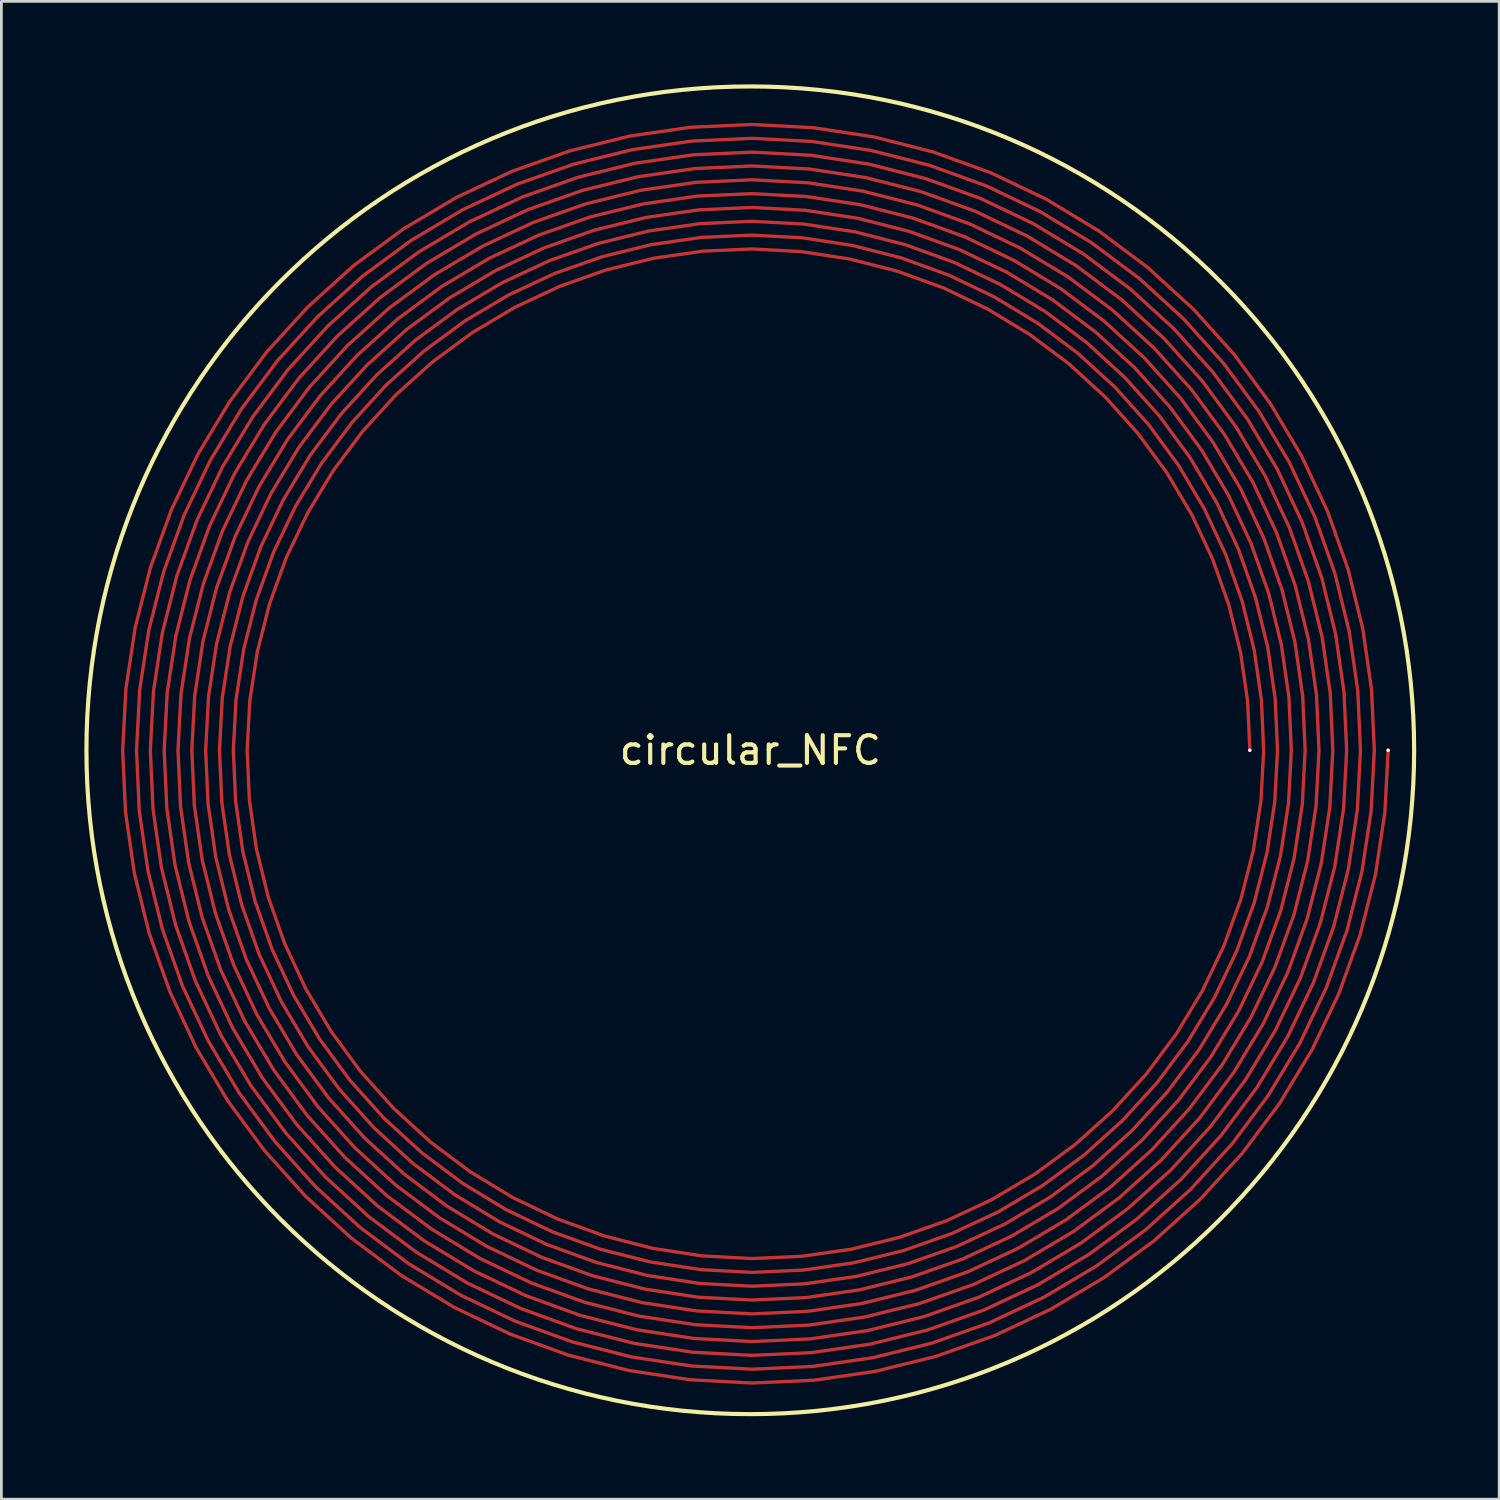
<source format=kicad_pcb>
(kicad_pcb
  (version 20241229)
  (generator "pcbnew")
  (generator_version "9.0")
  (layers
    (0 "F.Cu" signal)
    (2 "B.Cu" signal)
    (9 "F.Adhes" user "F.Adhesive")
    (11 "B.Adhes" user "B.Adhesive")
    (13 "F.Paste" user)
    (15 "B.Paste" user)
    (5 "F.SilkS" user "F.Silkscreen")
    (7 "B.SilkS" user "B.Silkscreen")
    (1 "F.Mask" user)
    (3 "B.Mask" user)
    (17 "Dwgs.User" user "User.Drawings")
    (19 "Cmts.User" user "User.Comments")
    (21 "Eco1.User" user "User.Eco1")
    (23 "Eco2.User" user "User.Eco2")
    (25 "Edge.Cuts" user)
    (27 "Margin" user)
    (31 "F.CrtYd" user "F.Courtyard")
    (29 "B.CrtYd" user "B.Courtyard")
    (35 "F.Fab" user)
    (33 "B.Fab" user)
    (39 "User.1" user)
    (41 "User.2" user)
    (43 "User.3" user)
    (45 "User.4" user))
  (footprint "circular_NFC"
    (layer "F.Cu")
    (at 24.075 1.075)
    (property "Reference" "circular_NFC" (at 0 23 0) (layer "F.SilkS") (effects (font (size 1 1) (thickness 0.15))))
    (attr through_hole)
    (fp_circle (center 0 23) (end 0 47) (stroke (width 0.15) (type solid)) (fill no) (layer "F.SilkS"))
    (pad "1" thru_hole circle (at 18.06 23) (size 0.12 0.12) (drill 0.2) (layers "*.Cu" "*.Mask"))
    (pad "1" smd custom (at 18.06 23) (size 0.12 0.12) (layers "F.Cu") (options (anchor circle)) (primitives (gr_line (start 5 0) (end 4.881 2.254) (width 0.12)) (gr_line (start 4.881 2.254) (end 4.543 4.484) (width 0.12)) (gr_line (start 4.543 4.484) (end 3.987 6.67) (width 0.12)) (gr_line (start 3.987 6.67) (end 3.22 8.79) (width 0.12)) (gr_line (start 3.22 8.79) (end 2.25 10.824) (width 0.12)) (gr_line (start 2.25 10.824) (end 1.085 12.752) (width 0.12)) (gr_line (start 1.085 12.752) (end -0.263 14.556) (width 0.12)) (gr_line (start -0.263 14.556) (end -1.781 16.219) (width 0.12)) (gr_line (start -1.781 16.219) (end -3.454 17.725) (width 0.12)) (gr_line (start -3.454 17.725) (end -5.265 19.059) (width 0.12)) (gr_line (start -5.265 19.059) (end -7.198 20.208) (width 0.12)) (gr_line (start -7.198 20.208) (end -9.234 21.163) (width 0.12)) (gr_line (start -9.234 21.163) (end -11.353 21.912) (width 0.12)) (gr_line (start -11.353 21.912) (end -13.534 22.451) (width 0.12)) (gr_line (start -13.534 22.451) (end -15.757 22.773) (width 0.12)) (gr_line (start -15.757 22.773) (end -18 22.875) (width 0.12)) (gr_line (start -18 22.875) (end -20.241 22.757) (width 0.12)) (gr_line (start -20.241 22.757) (end -22.46 22.42) (width 0.12)) (gr_line (start -22.46 22.42) (end -24.633 21.868) (width 0.12)) (gr_line (start -24.633 21.868) (end -26.742 21.105) (width 0.12)) (gr_line (start -26.742 21.105) (end -28.765 20.139) (width 0.12)) (gr_line (start -28.765 20.139) (end -30.683 18.981) (width 0.12)) (gr_line (start -30.683 18.981) (end -32.477 17.64) (width 0.12)) (gr_line (start -32.477 17.64) (end -34.131 16.131) (width 0.12)) (gr_line (start -34.131 16.131) (end -35.628 14.467) (width 0.12)) (gr_line (start -35.628 14.467) (end -36.955 12.665) (width 0.12)) (gr_line (start -36.955 12.665) (end -38.098 10.743) (width 0.12)) (gr_line (start -38.098 10.743) (end -39.047 8.718) (width 0.12)) (gr_line (start -39.047 8.718) (end -39.793 6.611) (width 0.12)) (gr_line (start -39.793 6.611) (end -40.328 4.441) (width 0.12)) (gr_line (start -40.328 4.441) (end -40.648 2.231) (width 0.12)) (gr_line (start -40.648 2.231) (end -40.75 0) (width 0.12)) (gr_line (start -40.75 0) (end -40.633 -2.229) (width 0.12)) (gr_line (start -40.633 -2.229) (end -40.298 -4.435) (width 0.12)) (gr_line (start -40.298 -4.435) (end -39.748 -6.597) (width 0.12)) (gr_line (start -39.748 -6.597) (end -38.989 -8.694) (width 0.12)) (gr_line (start -38.989 -8.694) (end -38.029 -10.706) (width 0.12)) (gr_line (start -38.029 -10.706) (end -36.877 -12.613) (width 0.12)) (gr_line (start -36.877 -12.613) (end -35.544 -14.398) (width 0.12)) (gr_line (start -35.544 -14.398) (end -34.042 -16.042) (width 0.12)) (gr_line (start -34.042 -16.042) (end -32.388 -17.532) (width 0.12)) (gr_line (start -32.388 -17.532) (end -30.596 -18.851) (width 0.12)) (gr_line (start -30.596 -18.851) (end -28.684 -19.988) (width 0.12)) (gr_line (start -28.684 -19.988) (end -26.67 -20.932) (width 0.12)) (gr_line (start -26.67 -20.932) (end -24.574 -21.673) (width 0.12)) (gr_line (start -24.574 -21.673) (end -22.417 -22.206) (width 0.12)) (gr_line (start -22.417 -22.206) (end -20.218 -22.524) (width 0.12)) (gr_line (start -20.218 -22.524) (end -18 -22.625) (width 0.12)) (gr_line (start -18 -22.625) (end -15.783 -22.508) (width 0.12)) (gr_line (start -15.783 -22.508) (end -13.589 -22.175) (width 0.12)) (gr_line (start -13.589 -22.175) (end -11.439 -21.628) (width 0.12)) (gr_line (start -11.439 -21.628) (end -9.354 -20.874) (width 0.12)) (gr_line (start -9.354 -20.874) (end -7.353 -19.919) (width 0.12)) (gr_line (start -7.353 -19.919) (end -5.456 -18.773) (width 0.12)) (gr_line (start -5.456 -18.773) (end -3.682 -17.447) (width 0.12)) (gr_line (start -3.682 -17.447) (end -2.046 -15.954) (width 0.12)) (gr_line (start -2.046 -15.954) (end -0.565 -14.309) (width 0.12)) (gr_line (start -0.565 -14.309) (end 0.747 -12.526) (width 0.12)) (gr_line (start 0.747 -12.526) (end 1.878 -10.625) (width 0.12)) (gr_line (start 1.878 -10.625) (end 2.816 -8.622) (width 0.12)) (gr_line (start 2.816 -8.622) (end 3.554 -6.538) (width 0.12)) (gr_line (start 3.554 -6.538) (end 4.083 -4.393) (width 0.12)) (gr_line (start 4.083 -4.393) (end 4.399 -2.206) (width 0.12)) (gr_line (start 4.399 -2.206) (end 4.5 0) (width 0.12)) (gr_line (start 4.5 0) (end 4.384 2.205) (width 0.12)) (gr_line (start 4.384 2.205) (end 4.052 4.386) (width 0.12)) (gr_line (start 4.052 4.386) (end 3.509 6.525) (width 0.12)) (gr_line (start 3.509 6.525) (end 2.758 8.598) (width 0.12)) (gr_line (start 2.758 8.598) (end 1.809 10.588) (width 0.12)) (gr_line (start 1.809 10.588) (end 0.669 12.474) (width 0.12)) (gr_line (start 0.669 12.474) (end -0.65 14.239) (width 0.12)) (gr_line (start -0.65 14.239) (end -2.134 15.866) (width 0.12)) (gr_line (start -2.134 15.866) (end -3.771 17.338) (width 0.12)) (gr_line (start -3.771 17.338) (end -5.543 18.643) (width 0.12)) (gr_line (start -5.543 18.643) (end -7.434 19.767) (width 0.12)) (gr_line (start -7.434 19.767) (end -9.425 20.701) (width 0.12)) (gr_line (start -9.425 20.701) (end -11.498 21.434) (width 0.12)) (gr_line (start -11.498 21.434) (end -13.632 21.96) (width 0.12)) (gr_line (start -13.632 21.96) (end -15.806 22.275) (width 0.12)) (gr_line (start -15.806 22.275) (end -18 22.375) (width 0.12)) (gr_line (start -18 22.375) (end -20.192 22.259) (width 0.12)) (gr_line (start -20.192 22.259) (end -22.362 21.93) (width 0.12)) (gr_line (start -22.362 21.93) (end -24.488 21.389) (width 0.12)) (gr_line (start -24.488 21.389) (end -26.551 20.643) (width 0.12)) (gr_line (start -26.551 20.643) (end -28.529 19.699) (width 0.12)) (gr_line (start -28.529 19.699) (end -30.405 18.565) (width 0.12)) (gr_line (start -30.405 18.565) (end -32.16 17.254) (width 0.12)) (gr_line (start -32.16 17.254) (end -33.777 15.777) (width 0.12)) (gr_line (start -33.777 15.777) (end -35.242 14.15) (width 0.12)) (gr_line (start -35.242 14.15) (end -36.539 12.387) (width 0.12)) (gr_line (start -36.539 12.387) (end -37.657 10.507) (width 0.12)) (gr_line (start -37.657 10.507) (end -38.585 8.527) (width 0.12)) (gr_line (start -38.585 8.527) (end -39.314 6.466) (width 0.12)) (gr_line (start -39.314 6.466) (end -39.838 4.344) (width 0.12)) (gr_line (start -39.838 4.344) (end -40.151 2.182) (width 0.12)) (gr_line (start -40.151 2.182) (end -40.25 0) (width 0.12)) (gr_line (start -40.25 0) (end -40.135 -2.18) (width 0.12)) (gr_line (start -40.135 -2.18) (end -39.807 -4.338) (width 0.12)) (gr_line (start -39.807 -4.338) (end -39.269 -6.452) (width 0.12)) (gr_line (start -39.269 -6.452) (end -38.527 -8.503) (width 0.12)) (gr_line (start -38.527 -8.503) (end -37.588 -10.47) (width 0.12)) (gr_line (start -37.588 -10.47) (end -36.461 -12.335) (width 0.12)) (gr_line (start -36.461 -12.335) (end -35.157 -14.081) (width 0.12)) (gr_line (start -35.157 -14.081) (end -33.689 -15.689) (width 0.12)) (gr_line (start -33.689 -15.689) (end -32.071 -17.145) (width 0.12)) (gr_line (start -32.071 -17.145) (end -30.318 -18.435) (width 0.12)) (gr_line (start -30.318 -18.435) (end -28.448 -19.547) (width 0.12)) (gr_line (start -28.448 -19.547) (end -26.479 -20.47) (width 0.12)) (gr_line (start -26.479 -20.47) (end -24.429 -21.195) (width 0.12)) (gr_line (start -24.429 -21.195) (end -22.319 -21.715) (width 0.12)) (gr_line (start -22.319 -21.715) (end -20.169 -22.026) (width 0.12)) (gr_line (start -20.169 -22.026) (end -18 -22.125) (width 0.12)) (gr_line (start -18 -22.125) (end -15.832 -22.011) (width 0.12)) (gr_line (start -15.832 -22.011) (end -13.687 -21.685) (width 0.12)) (gr_line (start -13.687 -21.685) (end -11.584 -21.15) (width 0.12)) (gr_line (start -11.584 -21.15) (end -9.545 -20.412) (width 0.12)) (gr_line (start -9.545 -20.412) (end -7.589 -19.478) (width 0.12)) (gr_line (start -7.589 -19.478) (end -5.734 -18.357) (width 0.12)) (gr_line (start -5.734 -18.357) (end -3.999 -17.061) (width 0.12)) (gr_line (start -3.999 -17.061) (end -2.399 -15.601) (width 0.12)) (gr_line (start -2.399 -15.601) (end -0.951 -13.991) (width 0.12)) (gr_line (start -0.951 -13.991) (end 0.331 -12.249) (width 0.12)) (gr_line (start 0.331 -12.249) (end 1.437 -10.389) (width 0.12)) (gr_line (start 1.437 -10.389) (end 2.354 -8.431) (width 0.12)) (gr_line (start 2.354 -8.431) (end 3.075 -6.393) (width 0.12)) (gr_line (start 3.075 -6.393) (end 3.593 -4.295) (width 0.12)) (gr_line (start 3.593 -4.295) (end 3.902 -2.157) (width 0.12)) (gr_line (start 3.902 -2.157) (end 4 0) (width 0.12)) (gr_line (start 4 0) (end 3.886 2.156) (width 0.12)) (gr_line (start 3.886 2.156) (end 3.562 4.289) (width 0.12)) (gr_line (start 3.562 4.289) (end 3.03 6.379) (width 0.12)) (gr_line (start 3.03 6.379) (end 2.296 8.407) (width 0.12)) (gr_line (start 2.296 8.407) (end 1.368 10.352) (width 0.12)) (gr_line (start 1.368 10.352) (end 0.253 12.197) (width 0.12)) (gr_line (start 0.253 12.197) (end -1.036 13.922) (width 0.12)) (gr_line (start -1.036 13.922) (end -2.488 15.512) (width 0.12)) (gr_line (start -2.488 15.512) (end -4.088 16.952) (width 0.12)) (gr_line (start -4.088 16.952) (end -5.821 18.227) (width 0.12)) (gr_line (start -5.821 18.227) (end -7.67 19.326) (width 0.12)) (gr_line (start -7.67 19.326) (end -9.617 20.239) (width 0.12)) (gr_line (start -9.617 20.239) (end -11.643 20.955) (width 0.12)) (gr_line (start -11.643 20.955) (end -13.729 21.47) (width 0.12)) (gr_line (start -13.729 21.47) (end -15.855 21.777) (width 0.12)) (gr_line (start -15.855 21.777) (end -18 21.875) (width 0.12)) (gr_line (start -18 21.875) (end -20.143 21.762) (width 0.12)) (gr_line (start -20.143 21.762) (end -22.265 21.439) (width 0.12)) (gr_line (start -22.265 21.439) (end -24.343 20.911) (width 0.12)) (gr_line (start -24.343 20.911) (end -26.359 20.181) (width 0.12)) (gr_line (start -26.359 20.181) (end -28.293 19.258) (width 0.12)) (gr_line (start -28.293 19.258) (end -30.127 18.149) (width 0.12)) (gr_line (start -30.127 18.149) (end -31.843 16.867) (width 0.12)) (gr_line (start -31.843 16.867) (end -33.424 15.424) (width 0.12)) (gr_line (start -33.424 15.424) (end -34.855 13.833) (width 0.12)) (gr_line (start -34.855 13.833) (end -36.123 12.11) (width 0.12)) (gr_line (start -36.123 12.11) (end -37.216 10.271) (width 0.12)) (gr_line (start -37.216 10.271) (end -38.123 8.335) (width 0.12)) (gr_line (start -38.123 8.335) (end -38.836 6.32) (width 0.12)) (gr_line (start -38.836 6.32) (end -39.347 4.246) (width 0.12)) (gr_line (start -39.347 4.246) (end -39.653 2.133) (width 0.12)) (gr_line (start -39.653 2.133) (end -39.75 0) (width 0.12)) (gr_line (start -39.75 0) (end -39.637 -2.131) (width 0.12)) (gr_line (start -39.637 -2.131) (end -39.317 -4.24) (width 0.12)) (gr_line (start -39.317 -4.24) (end -38.791 -6.307) (width 0.12)) (gr_line (start -38.791 -6.307) (end -38.066 -8.311) (width 0.12)) (gr_line (start -38.066 -8.311) (end -37.147 -10.234) (width 0.12)) (gr_line (start -37.147 -10.234) (end -36.045 -12.058) (width 0.12)) (gr_line (start -36.045 -12.058) (end -34.771 -13.763) (width 0.12)) (gr_line (start -34.771 -13.763) (end -33.335 -15.335) (width 0.12)) (gr_line (start -33.335 -15.335) (end -31.753 -16.759) (width 0.12)) (gr_line (start -31.753 -16.759) (end -30.04 -18.02) (width 0.12)) (gr_line (start -30.04 -18.02) (end -28.212 -19.106) (width 0.12)) (gr_line (start -28.212 -19.106) (end -26.287 -20.008) (width 0.12)) (gr_line (start -26.287 -20.008) (end -24.284 -20.716) (width 0.12)) (gr_line (start -24.284 -20.716) (end -22.222 -21.225) (width 0.12)) (gr_line (start -22.222 -21.225) (end -20.12 -21.529) (width 0.12)) (gr_line (start -20.12 -21.529) (end -18 -21.625) (width 0.12)) (gr_line (start -18 -21.625) (end -15.881 -21.513) (width 0.12)) (gr_line (start -15.881 -21.513) (end -13.784 -21.194) (width 0.12)) (gr_line (start -13.784 -21.194) (end -11.729 -20.671) (width 0.12)) (gr_line (start -11.729 -20.671) (end -9.736 -19.95) (width 0.12)) (gr_line (start -9.736 -19.95) (end -7.824 -19.037) (width 0.12)) (gr_line (start -7.824 -19.037) (end -6.012 -17.942) (width 0.12)) (gr_line (start -6.012 -17.942) (end -4.316 -16.674) (width 0.12)) (gr_line (start -4.316 -16.674) (end -2.753 -15.247) (width 0.12)) (gr_line (start -2.753 -15.247) (end -1.338 -13.674) (width 0.12)) (gr_line (start -1.338 -13.674) (end -0.084 -11.971) (width 0.12)) (gr_line (start -0.084 -11.971) (end 0.996 -10.153) (width 0.12)) (gr_line (start 0.996 -10.153) (end 1.892 -8.24) (width 0.12)) (gr_line (start 1.892 -8.24) (end 2.597 -6.248) (width 0.12)) (gr_line (start 2.597 -6.248) (end 3.102 -4.197) (width 0.12)) (gr_line (start 3.102 -4.197) (end 3.404 -2.108) (width 0.12)) (gr_line (start 3.404 -2.108) (end 3.5 0) (width 0.12)) (gr_line (start 3.5 0) (end 3.389 2.107) (width 0.12)) (gr_line (start 3.389 2.107) (end 3.072 4.191) (width 0.12)) (gr_line (start 3.072 4.191) (end 2.552 6.234) (width 0.12)) (gr_line (start 2.552 6.234) (end 1.835 8.216) (width 0.12)) (gr_line (start 1.835 8.216) (end 0.927 10.117) (width 0.12)) (gr_line (start 0.927 10.117) (end -0.162 11.919) (width 0.12)) (gr_line (start -0.162 11.919) (end -1.423 13.605) (width 0.12)) (gr_line (start -1.423 13.605) (end -2.841 15.159) (width 0.12)) (gr_line (start -2.841 15.159) (end -4.405 16.565) (width 0.12)) (gr_line (start -4.405 16.565) (end -6.099 17.812) (width 0.12)) (gr_line (start -6.099 17.812) (end -7.905 18.886) (width 0.12)) (gr_line (start -7.905 18.886) (end -9.808 19.777) (width 0.12)) (gr_line (start -9.808 19.777) (end -11.788 20.477) (width 0.12)) (gr_line (start -11.788 20.477) (end -13.827 20.98) (width 0.12)) (gr_line (start -13.827 20.98) (end -15.904 21.28) (width 0.12)) (gr_line (start -15.904 21.28) (end -18 21.375) (width 0.12)) (gr_line (start -18 21.375) (end -20.094 21.264) (width 0.12)) (gr_line (start -20.094 21.264) (end -22.167 20.949) (width 0.12)) (gr_line (start -22.167 20.949) (end -24.198 20.432) (width 0.12)) (gr_line (start -24.198 20.432) (end -26.168 19.719) (width 0.12)) (gr_line (start -26.168 19.719) (end -28.058 18.817) (width 0.12)) (gr_line (start -28.058 18.817) (end -29.849 17.734) (width 0.12)) (gr_line (start -29.849 17.734) (end -31.525 16.481) (width 0.12)) (gr_line (start -31.525 16.481) (end -33.07 15.07) (width 0.12)) (gr_line (start -33.07 15.07) (end -34.469 13.516) (width 0.12)) (gr_line (start -34.469 13.516) (end -35.708 11.832) (width 0.12)) (gr_line (start -35.708 11.832) (end -36.775 10.036) (width 0.12)) (gr_line (start -36.775 10.036) (end -37.661 8.144) (width 0.12)) (gr_line (start -37.661 8.144) (end -38.357 6.175) (width 0.12)) (gr_line (start -38.357 6.175) (end -38.857 4.149) (width 0.12)) (gr_line (start -38.857 4.149) (end -39.155 2.084) (width 0.12)) (gr_line (start -39.155 2.084) (end -39.25 0) (width 0.12)) (gr_line (start -39.25 0) (end -39.14 -2.082) (width 0.12)) (gr_line (start -39.14 -2.082) (end -38.826 -4.143) (width 0.12)) (gr_line (start -38.826 -4.143) (end -38.313 -6.162) (width 0.12)) (gr_line (start -38.313 -6.162) (end -37.604 -8.12) (width 0.12)) (gr_line (start -37.604 -8.12) (end -36.706 -9.999) (width 0.12)) (gr_line (start -36.706 -9.999) (end -35.63 -11.78) (width 0.12)) (gr_line (start -35.63 -11.78) (end -34.384 -13.446) (width 0.12)) (gr_line (start -34.384 -13.446) (end -32.982 -14.982) (width 0.12)) (gr_line (start -32.982 -14.982) (end -31.436 -16.372) (width 0.12)) (gr_line (start -31.436 -16.372) (end -29.762 -17.604) (width 0.12)) (gr_line (start -29.762 -17.604) (end -27.977 -18.665) (width 0.12)) (gr_line (start -27.977 -18.665) (end -26.096 -19.546) (width 0.12)) (gr_line (start -26.096 -19.546) (end -24.139 -20.238) (width 0.12)) (gr_line (start -24.139 -20.238) (end -22.124 -20.734) (width 0.12)) (gr_line (start -22.124 -20.734) (end -20.071 -21.031) (width 0.12)) (gr_line (start -20.071 -21.031) (end -18 -21.125) (width 0.12)) (gr_line (start -18 -21.125) (end -15.93 -21.016) (width 0.12)) (gr_line (start -15.93 -21.016) (end -13.882 -20.704) (width 0.12)) (gr_line (start -13.882 -20.704) (end -11.875 -20.193) (width 0.12)) (gr_line (start -11.875 -20.193) (end -9.928 -19.488) (width 0.12)) (gr_line (start -9.928 -19.488) (end -8.06 -18.596) (width 0.12)) (gr_line (start -8.06 -18.596) (end -6.29 -17.526) (width 0.12)) (gr_line (start -6.29 -17.526) (end -4.633 -16.288) (width 0.12)) (gr_line (start -4.633 -16.288) (end -3.107 -14.893) (width 0.12)) (gr_line (start -3.107 -14.893) (end -1.725 -13.357) (width 0.12)) (gr_line (start -1.725 -13.357) (end -0.5 -11.693) (width 0.12)) (gr_line (start -0.5 -11.693) (end 0.555 -9.918) (width 0.12)) (gr_line (start 0.555 -9.918) (end 1.43 -8.048) (width 0.12)) (gr_line (start 1.43 -8.048) (end 2.118 -6.103) (width 0.12)) (gr_line (start 2.118 -6.103) (end 2.612 -4.1) (width 0.12)) (gr_line (start 2.612 -4.1) (end 2.907 -2.059) (width 0.12)) (gr_line (start 2.907 -2.059) (end 3 0) (width 0.12)) (gr_line (start 3 0) (end 2.891 2.058) (width 0.12)) (gr_line (start 2.891 2.058) (end 2.581 4.094) (width 0.12)) (gr_line (start 2.581 4.094) (end 2.073 6.089) (width 0.12)) (gr_line (start 2.073 6.089) (end 1.373 8.024) (width 0.12)) (gr_line (start 1.373 8.024) (end 0.486 9.881) (width 0.12)) (gr_line (start 0.486 9.881) (end -0.578 11.641) (width 0.12)) (gr_line (start -0.578 11.641) (end -1.809 13.288) (width 0.12)) (gr_line (start -1.809 13.288) (end -3.195 14.805) (width 0.12)) (gr_line (start -3.195 14.805) (end -4.722 16.179) (width 0.12)) (gr_line (start -4.722 16.179) (end -6.376 17.396) (width 0.12)) (gr_line (start -6.376 17.396) (end -8.141 18.445) (width 0.12)) (gr_line (start -8.141 18.445) (end -10 19.315) (width 0.12)) (gr_line (start -10 19.315) (end -11.934 19.999) (width 0.12)) (gr_line (start -11.934 19.999) (end -13.924 20.489) (width 0.12)) (gr_line (start -13.924 20.489) (end -15.953 20.782) (width 0.12)) (gr_line (start -15.953 20.782) (end -18 20.875) (width 0.12)) (gr_line (start -18 20.875) (end -20.045 20.767) (width 0.12)) (gr_line (start -20.045 20.767) (end -22.069 20.459) (width 0.12)) (gr_line (start -22.069 20.459) (end -24.053 19.954) (width 0.12)) (gr_line (start -24.053 19.954) (end -25.977 19.257) (width 0.12)) (gr_line (start -25.977 19.257) (end -27.822 18.376) (width 0.12)) (gr_line (start -27.822 18.376) (end -29.571 17.318) (width 0.12)) (gr_line (start -29.571 17.318) (end -31.208 16.094) (width 0.12)) (gr_line (start -31.208 16.094) (end -32.717 14.717) (width 0.12)) (gr_line (start -32.717 14.717) (end -34.082 13.198) (width 0.12)) (gr_line (start -34.082 13.198) (end -35.292 11.554) (width 0.12)) (gr_line (start -35.292 11.554) (end -36.334 9.8) (width 0.12)) (gr_line (start -36.334 9.8) (end -37.199 7.953) (width 0.12)) (gr_line (start -37.199 7.953) (end -37.879 6.03) (width 0.12)) (gr_line (start -37.879 6.03) (end -38.367 4.051) (width 0.12)) (gr_line (start -38.367 4.051) (end -38.658 2.035) (width 0.12)) (gr_line (start -38.658 2.035) (end -38.75 0) (width 0.12)) (gr_line (start -38.75 0) (end -38.642 -2.033) (width 0.12)) (gr_line (start -38.642 -2.033) (end -38.336 -4.045) (width 0.12)) (gr_line (start -38.336 -4.045) (end -37.834 -6.017) (width 0.12)) (gr_line (start -37.834 -6.017) (end -37.142 -7.929) (width 0.12)) (gr_line (start -37.142 -7.929) (end -36.265 -9.763) (width 0.12)) (gr_line (start -36.265 -9.763) (end -35.214 -11.502) (width 0.12)) (gr_line (start -35.214 -11.502) (end -33.998 -13.129) (width 0.12)) (gr_line (start -33.998 -13.129) (end -32.628 -14.628) (width 0.12)) (gr_line (start -32.628 -14.628) (end -31.119 -15.986) (width 0.12)) (gr_line (start -31.119 -15.986) (end -29.485 -17.188) (width 0.12)) (gr_line (start -29.485 -17.188) (end -27.741 -18.224) (width 0.12)) (gr_line (start -27.741 -18.224) (end -25.905 -19.084) (width 0.12)) (gr_line (start -25.905 -19.084) (end -23.994 -19.759) (width 0.12)) (gr_line (start -23.994 -19.759) (end -22.027 -20.244) (width 0.12)) (gr_line (start -22.027 -20.244) (end -20.022 -20.533) (width 0.12)) (gr_line (start -20.022 -20.533) (end -18 -20.625) (width 0.12)) (gr_line (start -18 -20.625) (end -15.979 -20.518) (width 0.12)) (gr_line (start -15.979 -20.518) (end -13.979 -20.213) (width 0.12)) (gr_line (start -13.979 -20.213) (end -12.02 -19.714) (width 0.12)) (gr_line (start -12.02 -19.714) (end -10.119 -19.026) (width 0.12)) (gr_line (start -10.119 -19.026) (end -8.296 -18.155) (width 0.12)) (gr_line (start -8.296 -18.155) (end -6.567 -17.11) (width 0.12)) (gr_line (start -6.567 -17.11) (end -4.95 -15.901) (width 0.12)) (gr_line (start -4.95 -15.901) (end -3.46 -14.54) (width 0.12)) (gr_line (start -3.46 -14.54) (end -2.111 -13.04) (width 0.12)) (gr_line (start -2.111 -13.04) (end -0.916 -11.415) (width 0.12)) (gr_line (start -0.916 -11.415) (end 0.114 -9.682) (width 0.12)) (gr_line (start 0.114 -9.682) (end 0.968 -7.857) (width 0.12)) (gr_line (start 0.968 -7.857) (end 1.64 -5.958) (width 0.12)) (gr_line (start 1.64 -5.958) (end 2.121 -4.002) (width 0.12)) (gr_line (start 2.121 -4.002) (end 2.409 -2.01) (width 0.12)) (gr_line (start 2.409 -2.01) (end 2.5 0) (width 0.12)) (gr_line (start 2.5 0) (end 2.394 2.009) (width 0.12)) (gr_line (start 2.394 2.009) (end 2.091 3.996) (width 0.12)) (gr_line (start 2.091 3.996) (end 1.595 5.944) (width 0.12)) (gr_line (start 1.595 5.944) (end 0.911 7.833) (width 0.12)) (gr_line (start 0.911 7.833) (end 0.045 9.645) (width 0.12)) (gr_line (start 0.045 9.645) (end -0.994 11.363) (width 0.12)) (gr_line (start -0.994 11.363) (end -2.196 12.97) (width 0.12)) (gr_line (start -2.196 12.97) (end -3.549 14.451) (width 0.12)) (gr_line (start -3.549 14.451) (end -5.04 15.792) (width 0.12)) (gr_line (start -5.04 15.792) (end -6.654 16.98) (width 0.12)) (gr_line (start -6.654 16.98) (end -8.377 18.004) (width 0.12)) (gr_line (start -8.377 18.004) (end -10.191 18.853) (width 0.12)) (gr_line (start -10.191 18.853) (end -12.079 19.52) (width 0.12)) (gr_line (start -12.079 19.52) (end -14.022 19.999) (width 0.12)) (gr_line (start -14.022 19.999) (end -16.002 20.285) (width 0.12)) (gr_line (start -16.002 20.285) (end -18 20.375) (width 0.12)) (gr_line (start -18 20.375) (end -19.996 20.269) (width 0.12)) (gr_line (start -19.996 20.269) (end -21.972 19.968) (width 0.12)) (gr_line (start -21.972 19.968) (end -23.908 19.475) (width 0.12)) (gr_line (start -23.908 19.475) (end -25.785 18.795) (width 0.12)) (gr_line (start -25.785 18.795) (end -27.586 17.935) (width 0.12)) (gr_line (start -27.586 17.935) (end -29.294 16.902) (width 0.12)) (gr_line (start -29.294 16.902) (end -30.891 15.708) (width 0.12)) (gr_line (start -30.891 15.708) (end -32.363 14.363) (width 0.12)) (gr_line (start -32.363 14.363) (end -33.696 12.881) (width 0.12)) (gr_line (start -33.696 12.881) (end -34.876 11.276) (width 0.12)) (gr_line (start -34.876 11.276) (end -35.893 9.564) (width 0.12)) (gr_line (start -35.893 9.564) (end -36.737 7.761) (width 0.12)) (gr_line (start -36.737 7.761) (end -37.4 5.885) (width 0.12)) (gr_line (start -37.4 5.885) (end -37.876 3.954) (width 0.12)) (gr_line (start -37.876 3.954) (end -38.16 1.986) (width 0.12)) (gr_line (start -38.16 1.986) (end -38.25 0) (width 0.12)) (gr_line (start -38.25 0) (end -38.145 -1.984) (width 0.12)) (gr_line (start -38.145 -1.984) (end -37.846 -3.948) (width 0.12)) (gr_line (start -37.846 -3.948) (end -37.356 -5.871) (width 0.12)) (gr_line (start -37.356 -5.871) (end -36.68 -7.737) (width 0.12)) (gr_line (start -36.68 -7.737) (end -35.824 -9.527) (width 0.12)) (gr_line (start -35.824 -9.527) (end -34.798 -11.224) (width 0.12)) (gr_line (start -34.798 -11.224) (end -33.611 -12.812) (width 0.12)) (gr_line (start -33.611 -12.812) (end -32.275 -14.275) (width 0.12)) (gr_line (start -32.275 -14.275) (end -30.802 -15.599) (width 0.12)) (gr_line (start -30.802 -15.599) (end -29.207 -16.772) (width 0.12)) (gr_line (start -29.207 -16.772) (end -27.505 -17.783) (width 0.12)) (gr_line (start -27.505 -17.783) (end -25.713 -18.622) (width 0.12)) (gr_line (start -25.713 -18.622) (end -23.849 -19.281) (width 0.12)) (gr_line (start -23.849 -19.281) (end -21.929 -19.754) (width 0.12)) (gr_line (start -21.929 -19.754) (end -19.973 -20.036) (width 0.12)) (gr_line (start -19.973 -20.036) (end -18 -20.125) (width 0.12)) (gr_line (start -18 -20.125) (end -16.028 -20.02) (width 0.12)) (gr_line (start -16.028 -20.02) (end -14.077 -19.723) (width 0.12)) (gr_line (start -14.077 -19.723) (end -12.165 -19.236) (width 0.12)) (gr_line (start -12.165 -19.236) (end -10.31 -18.564) (width 0.12)) (gr_line (start -10.31 -18.564) (end -8.532 -17.714) (width 0.12)) (gr_line (start -8.532 -17.714) (end -6.845 -16.694) (width 0.12)) (gr_line (start -6.845 -16.694) (end -5.268 -15.515) (width 0.12)) (gr_line (start -5.268 -15.515) (end -3.814 -14.186) (width 0.12)) (gr_line (start -3.814 -14.186) (end -2.498 -12.723) (width 0.12)) (gr_line (start -2.498 -12.723) (end -1.332 -11.137) (width 0.12)) (gr_line (start -1.332 -11.137) (end -0.327 -9.446) (width 0.12)) (gr_line (start -0.327 -9.446) (end 0.506 -7.666) (width 0.12)) (gr_line (start 0.506 -7.666) (end 1.161 -5.812) (width 0.12)) (gr_line (start 1.161 -5.812) (end 1.631 -3.905) (width 0.12)) (gr_line (start 1.631 -3.905) (end 1.911 -1.961) (width 0.12)) (gr_line (start 1.911 -1.961) (end 2 0) (width 0.12)) (gr_line (start 2 0) (end 1.896 1.96) (width 0.12)) (gr_line (start 1.896 1.96) (end 1.6 3.899) (width 0.12)) (gr_line (start 1.6 3.899) (end 1.116 5.799) (width 0.12)) (gr_line (start 1.116 5.799) (end 0.449 7.642) (width 0.12)) (gr_line (start 0.449 7.642) (end -0.396 9.41) (width 0.12)) (gr_line (start -0.396 9.41) (end -1.41 11.085) (width 0.12)) (gr_line (start -1.41 11.085) (end -2.582 12.653) (width 0.12)) (gr_line (start -2.582 12.653) (end -3.902 14.098) (width 0.12)) (gr_line (start -3.902 14.098) (end -5.357 15.406) (width 0.12)) (gr_line (start -5.357 15.406) (end -6.932 16.564) (width 0.12)) (gr_line (start -6.932 16.564) (end -8.613 17.563) (width 0.12)) (gr_line (start -8.613 17.563) (end -10.382 18.391) (width 0.12)) (gr_line (start -10.382 18.391) (end -12.224 19.042) (width 0.12)) (gr_line (start -12.224 19.042) (end -14.12 19.508) (width 0.12)) (gr_line (start -14.12 19.508) (end -16.051 19.787) (width 0.12)) (gr_line (start -16.051 19.787) (end -18 19.875) (width 0.12)) (gr_line (start -18 19.875) (end -19.947 19.772) (width 0.12)) (gr_line (start -19.947 19.772) (end -21.874 19.478) (width 0.12)) (gr_line (start -21.874 19.478) (end -23.763 18.997) (width 0.12)) (gr_line (start -23.763 18.997) (end -25.594 18.333) (width 0.12)) (gr_line (start -25.594 18.333) (end -27.351 17.494) (width 0.12)) (gr_line (start -27.351 17.494) (end -29.016 16.486) (width 0.12)) (gr_line (start -29.016 16.486) (end -30.574 15.321) (width 0.12)) (gr_line (start -30.574 15.321) (end -32.01 14.01) (width 0.12)) (gr_line (start -32.01 14.01) (end -33.309 12.564) (width 0.12)) (gr_line (start -33.309 12.564) (end -34.461 10.999) (width 0.12)) (gr_line (start -34.461 10.999) (end -35.452 9.328) (width 0.12)) (gr_line (start -35.452 9.328) (end -36.275 7.57) (width 0.12)) (gr_line (start -36.275 7.57) (end -36.922 5.74) (width 0.12)) (gr_line (start -36.922 5.74) (end -37.386 3.856) (width 0.12)) (gr_line (start -37.386 3.856) (end -37.663 1.937) (width 0.12)) (gr_line (start -37.663 1.937) (end -37.75 0) (width 0.12)) (gr_line (start -37.75 0) (end -37.647 -1.935) (width 0.12)) (gr_line (start -37.647 -1.935) (end -37.355 -3.85) (width 0.12)) (gr_line (start -37.355 -3.85) (end -36.877 -5.726) (width 0.12)) (gr_line (start -36.877 -5.726) (end -36.218 -7.546) (width 0.12)) (gr_line (start -36.218 -7.546) (end -35.383 -9.292) (width 0.12)) (gr_line (start -35.383 -9.292) (end -34.383 -10.946) (width 0.12)) (gr_line (start -34.383 -10.946) (end -33.225 -12.495) (width 0.12)) (gr_line (start -33.225 -12.495) (end -31.921 -13.921) (width 0.12)) (gr_line (start -31.921 -13.921) (end -30.485 -15.213) (width 0.12)) (gr_line (start -30.485 -15.213) (end -28.929 -16.357) (width 0.12)) (gr_line (start -28.929 -16.357) (end -27.27 -17.342) (width 0.12)) (gr_line (start -27.27 -17.342) (end -25.522 -18.16) (width 0.12)) (gr_line (start -25.522 -18.16) (end -23.704 -18.802) (width 0.12)) (gr_line (start -23.704 -18.802) (end -21.832 -19.263) (width 0.12)) (gr_line (start -21.832 -19.263) (end -19.924 -19.538) (width 0.12)) (gr_line (start -19.924 -19.538) (end -18 -19.625) (width 0.12)) (gr_line (start -18 -19.625) (end -16.077 -19.523) (width 0.12)) (gr_line (start -16.077 -19.523) (end -14.174 -19.233) (width 0.12)) (gr_line (start -14.174 -19.233) (end -12.31 -18.758) (width 0.12)) (gr_line (start -12.31 -18.758) (end -10.502 -18.102) (width 0.12)) (gr_line (start -10.502 -18.102) (end -8.767 -17.273) (width 0.12)) (gr_line (start -8.767 -17.273) (end -7.123 -16.279) (width 0.12)) (gr_line (start -7.123 -16.279) (end -5.585 -15.128) (width 0.12)) (gr_line (start -5.585 -15.128) (end -4.167 -13.833) (width 0.12)) (gr_line (start -4.167 -13.833) (end -2.884 -12.405) (width 0.12)) (gr_line (start -2.884 -12.405) (end -1.747 -10.86) (width 0.12)) (gr_line (start -1.747 -10.86) (end -0.768 -9.211) (width 0.12)) (gr_line (start -0.768 -9.211) (end 0.045 -7.474) (width 0.12)) (gr_line (start 0.045 -7.474) (end 0.683 -5.667) (width 0.12)) (gr_line (start 0.683 -5.667) (end 1.141 -3.807) (width 0.12)) (gr_line (start 1.141 -3.807) (end 1.414 -1.912) (width 0.12)) (gr_line (start 1.414 -1.912) (end 1.5 0) (width 0.12)) (gr_line (start 1.5 0) (end 1.398 1.911) (width 0.12)) (gr_line (start 1.398 1.911) (end 1.11 3.801) (width 0.12)) (gr_line (start 1.11 3.801) (end 0.638 5.654) (width 0.12)) (gr_line (start 0.638 5.654) (end -0.013 7.45) (width 0.12)) (gr_line (start -0.013 7.45) (end -0.837 9.174) (width 0.12)) (gr_line (start -0.837 9.174) (end -1.825 10.808) (width 0.12)) (gr_line (start -1.825 10.808) (end -2.969 12.336) (width 0.12)) (gr_line (start -2.969 12.336) (end -4.256 13.744) (width 0.12)) (gr_line (start -4.256 13.744) (end -5.674 15.019) (width 0.12)) (gr_line (start -5.674 15.019) (end -7.21 16.149) (width 0.12)) (gr_line (start -7.21 16.149) (end -8.848 17.122) (width 0.12)) (gr_line (start -8.848 17.122) (end -10.574 17.929) (width 0.12)) (gr_line (start -10.574 17.929) (end -12.369 18.563) (width 0.12)) (gr_line (start -12.369 18.563) (end -14.217 19.018) (width 0.12)) (gr_line (start -14.217 19.018) (end -16.1 19.289) (width 0.12)) (gr_line (start -16.1 19.289) (end -18 19.375) (width 0.12)) (gr_line (start -18 19.375) (end -19.898 19.274) (width 0.12)) (gr_line (start -19.898 19.274) (end -21.777 18.987) (width 0.12)) (gr_line (start -21.777 18.987) (end -23.617 18.518) (width 0.12)) (gr_line (start -23.617 18.518) (end -25.403 17.871) (width 0.12)) (gr_line (start -25.403 17.871) (end -27.115 17.053) (width 0.12)) (gr_line (start -27.115 17.053) (end -28.738 16.071) (width 0.12)) (gr_line (start -28.738 16.071) (end -30.257 14.935) (width 0.12)) (gr_line (start -30.257 14.935) (end -31.656 13.656) (width 0.12)) (gr_line (start -31.656 13.656) (end -32.923 12.247) (width 0.12)) (gr_line (start -32.923 12.247) (end -34.045 10.721) (width 0.12)) (gr_line (start -34.045 10.721) (end -35.011 9.093) (width 0.12)) (gr_line (start -35.011 9.093) (end -35.814 7.379) (width 0.12)) (gr_line (start -35.814 7.379) (end -36.444 5.595) (width 0.12)) (gr_line (start -36.444 5.595) (end -36.895 3.759) (width 0.12)) (gr_line (start -36.895 3.759) (end -37.165 1.888) (width 0.12)) (gr_line (start -37.165 1.888) (end -37.25 0) (width 0.12)) (gr_line (start -37.25 0) (end -37.15 -1.886) (width 0.12)) (gr_line (start -37.15 -1.886) (end -36.865 -3.752) (width 0.12)) (gr_line (start -36.865 -3.752) (end -36.399 -5.581) (width 0.12)) (gr_line (start -36.399 -5.581) (end -35.756 -7.355) (width 0.12)) (gr_line (start -35.756 -7.355) (end -34.943 -9.056) (width 0.12)) (gr_line (start -34.943 -9.056) (end -33.967 -10.669) (width 0.12)) (gr_line (start -33.967 -10.669) (end -32.838 -12.177) (width 0.12)) (gr_line (start -32.838 -12.177) (end -31.568 -13.568) (width 0.12)) (gr_line (start -31.568 -13.568) (end -30.167 -14.826) (width 0.12)) (gr_line (start -30.167 -14.826) (end -28.651 -15.941) (width 0.12)) (gr_line (start -28.651 -15.941) (end -27.034 -16.901) (width 0.12)) (gr_line (start -27.034 -16.901) (end -25.331 -17.698) (width 0.12)) (gr_line (start -25.331 -17.698) (end -23.558 -18.324) (width 0.12)) (gr_line (start -23.558 -18.324) (end -21.734 -18.773) (width 0.12)) (gr_line (start -21.734 -18.773) (end -19.875 -19.041) (width 0.12)) (gr_line (start -19.875 -19.041) (end -18 -19.125) (width 0.12)) (gr_line (start -18 -19.125) (end -16.126 -19.025) (width 0.12)) (gr_line (start -16.126 -19.025) (end -14.272 -18.742) (width 0.12)) (gr_line (start -14.272 -18.742) (end -12.455 -18.279) (width 0.12)) (gr_line (start -12.455 -18.279) (end -10.693 -17.64) (width 0.12)) (gr_line (start -10.693 -17.64) (end -9.003 -16.832) (width 0.12)) (gr_line (start -9.003 -16.832) (end -7.401 -15.863) (width 0.12)) (gr_line (start -7.401 -15.863) (end -5.902 -14.742) (width 0.12)) (gr_line (start -5.902 -14.742) (end -4.521 -13.479) (width 0.12)) (gr_line (start -4.521 -13.479) (end -3.271 -12.088) (width 0.12)) (gr_line (start -3.271 -12.088) (end -2.163 -10.582) (width 0.12)) (gr_line (start -2.163 -10.582) (end -1.209 -8.975) (width 0.12)) (gr_line (start -1.209 -8.975) (end -0.417 -7.283) (width 0.12)) (gr_line (start -0.417 -7.283) (end 0.204 -5.522) (width 0.12)) (gr_line (start 0.204 -5.522) (end 0.65 -3.71) (width 0.12)) (gr_line (start 0.65 -3.71) (end 0.916 -1.863) (width 0.12)) (gr_line (start 0.916 -1.863) (end 1 0) (width 0.12)) (gr_line (start 1 0) (end 0.901 1.862) (width 0.12)) (gr_line (start 0.901 1.862) (end 0.62 3.704) (width 0.12)) (gr_line (start 0.62 3.704) (end 0.159 5.509) (width 0.12)) (gr_line (start 0.159 5.509) (end -0.475 7.259) (width 0.12)) (gr_line (start -0.475 7.259) (end -1.278 8.938) (width 0.12)) (gr_line (start -1.278 8.938) (end -2.241 10.53) (width 0.12)) (gr_line (start -2.241 10.53) (end -3.355 12.019) (width 0.12)) (gr_line (start -3.355 12.019) (end -4.609 13.391) (width 0.12)) (gr_line (start -4.609 13.391) (end -5.991 14.633) (width 0.12)) (gr_line (start -5.991 14.633) (end -7.488 15.733) (width 0.12)) (gr_line (start -7.488 15.733) (end -9.084 16.681) (width 0.12)) (gr_line (start -9.084 16.681) (end -10.765 17.467) (width 0.12)) (gr_line (start -10.765 17.467) (end -12.514 18.085) (width 0.12)) (gr_line (start -12.514 18.085) (end -14.315 18.528) (width 0.12)) (gr_line (start -14.315 18.528) (end -16.149 18.792) (width 0.12)) (gr_line (start -16.149 18.792) (end -18 18.875) (width 0.12)) (gr_line (start -18 18.875) (end -19.849 18.776) (width 0.12)) (gr_line (start -19.849 18.776) (end -21.679 18.497) (width 0.12)) (gr_line (start -21.679 18.497) (end -23.472 18.04) (width 0.12)) (gr_line (start -23.472 18.04) (end -25.211 17.409) (width 0.12)) (gr_line (start -25.211 17.409) (end -26.879 16.612) (width 0.12)) (gr_line (start -26.879 16.612) (end -28.46 15.655) (width 0.12)) (gr_line (start -28.46 15.655) (end -29.939 14.548) (width 0.12)) (gr_line (start -29.939 14.548) (end -31.302 13.302) (width 0.12)) (gr_line (start -31.302 13.302) (end -32.536 11.93) (width 0.12)) (gr_line (start -32.536 11.93) (end -33.629 10.443) (width 0.12)) (gr_line (start -33.629 10.443) (end -34.57 8.857) (width 0.12)) (gr_line (start -34.57 8.857) (end -35.352 7.187) (width 0.12)) (gr_line (start -35.352 7.187) (end -35.965 5.45) (width 0.12)) (gr_line (start -35.965 5.45) (end -36.405 3.661) (width 0.12)) (gr_line (start -36.405 3.661) (end -36.667 1.839) (width 0.12)) (gr_line (start -36.667 1.839) (end -36.75 0) (width 0.12)) (gr_line (start -36.75 0) (end -36.652 -1.837) (width 0.12)) (gr_line (start -36.652 -1.837) (end -36.374 -3.655) (width 0.12)) (gr_line (start -36.374 -3.655) (end -35.92 -5.436) (width 0.12)) (gr_line (start -35.92 -5.436) (end -35.294 -7.163) (width 0.12)) (gr_line (start -35.294 -7.163) (end -34.502 -8.82) (width 0.12)) (gr_line (start -34.502 -8.82) (end -33.551 -10.391) (width 0.12)) (gr_line (start -33.551 -10.391) (end -32.452 -11.86) (width 0.12)) (gr_line (start -32.452 -11.86) (end -31.214 -13.214) (width 0.12)) (gr_line (start -31.214 -13.214) (end -29.85 -14.44) (width 0.12)) (gr_line (start -29.85 -14.44) (end -28.374 -15.525) (width 0.12)) (gr_line (start -28.374 -15.525) (end -26.798 -16.46) (width 0.12)) (gr_line (start -26.798 -16.46) (end -25.139 -17.236) (width 0.12)) (gr_line (start -25.139 -17.236) (end -23.413 -17.845) (width 0.12)) (gr_line (start -23.413 -17.845) (end -21.637 -18.282) (width 0.12)) (gr_line (start -21.637 -18.282) (end -19.826 -18.543) (width 0.12)) (gr_line (start -19.826 -18.543) (end -18 -18.625) (width 0.12)) (gr_line (start -18 -18.625) (end -16.175 -18.528) (width 0.12)) (gr_line (start -16.175 -18.528) (end -14.369 -18.252) (width 0.12)) (gr_line (start -14.369 -18.252) (end -12.6 -17.801) (width 0.12)) (gr_line (start -12.6 -17.801) (end -10.884 -17.178) (width 0.12)) (gr_line (start -10.884 -17.178) (end -9.239 -16.391) (width 0.12)) (gr_line (start -9.239 -16.391) (end -7.679 -15.447) (width 0.12)) (gr_line (start -7.679 -15.447) (end -6.219 -14.355) (width 0.12)) (gr_line (start -6.219 -14.355) (end -4.874 -13.126) (width 0.12)) (gr_line (start -4.874 -13.126) (end -3.657 -11.771) (width 0.12)) (gr_line (start -3.657 -11.771) (end -2.579 -10.304) (width 0.12)) (gr_line (start -2.579 -10.304) (end -1.65 -8.739) (width 0.12)) (gr_line (start -1.65 -8.739) (end -0.879 -7.092) (width 0.12)) (gr_line (start -0.879 -7.092) (end -0.274 -5.377) (width 0.12)) (gr_line (start -0.274 -5.377) (end 0.16 -3.612) (width 0.12)) (gr_line (start 0.16 -3.612) (end 0.419 -1.814) (width 0.12)) (gr_line (start 0.419 -1.814) (end 0.5 0) (width 0.12)) (gr_line (start 0.5 0) (end 0.403 1.813) (width 0.12)) (gr_line (start 0.403 1.813) (end 0.129 3.606) (width 0.12)) (gr_line (start 0.129 3.606) (end -0.319 5.363) (width 0.12)) (gr_line (start -0.319 5.363) (end -0.937 7.068) (width 0.12)) (gr_line (start -0.937 7.068) (end -1.719 8.702) (width 0.12)) (gr_line (start -1.719 8.702) (end -2.657 10.252) (width 0.12)) (gr_line (start -2.657 10.252) (end -3.742 11.702) (width 0.12)) (gr_line (start -3.742 11.702) (end -4.963 13.037) (width 0.12)) (gr_line (start -4.963 13.037) (end -6.308 14.246) (width 0.12)) (gr_line (start -6.308 14.246) (end -7.765 15.317) (width 0.12)) (gr_line (start -7.765 15.317) (end -9.32 16.24) (width 0.12)) (gr_line (start -9.32 16.24) (end -10.956 17.005) (width 0.12)) (gr_line (start -10.956 17.005) (end -12.659 17.606) (width 0.12)) (gr_line (start -12.659 17.606) (end -14.412 18.037) (width 0.12)) (gr_line (start -14.412 18.037) (end -16.198 18.294) (width 0.12)) (gr_line (start -16.198 18.294) (end -18 18.375) (width 0.12)) (gr_line (start -18 18.375) (end -19.8 18.279) (width 0.12)) (gr_line (start -19.8 18.279) (end -21.582 18.007) (width 0.12)) (gr_line (start -21.582 18.007) (end -23.327 17.561) (width 0.12)) (gr_line (start -23.327 17.561) (end -25.02 16.947) (width 0.12)) (gr_line (start -25.02 16.947) (end -26.644 16.171) (width 0.12)) (gr_line (start -26.644 16.171) (end -28.183 15.239) (width 0.12)) (gr_line (start -28.183 15.239) (end -29.622 14.162) (width 0.12)) (gr_line (start -29.622 14.162) (end -30.949 12.949) (width 0.12)) (gr_line (start -30.949 12.949) (end -32.15 11.612) (width 0.12)) (gr_line (start -32.15 11.612) (end -33.213 10.165) (width 0.12)) (gr_line (start -33.213 10.165) (end -34.13 8.621) (width 0.12)) (gr_line (start -34.13 8.621) (end -34.89 6.996) (width 0.12)) (gr_line (start -34.89 6.996) (end -35.487 5.304) (width 0.12)) (gr_line (start -35.487 5.304) (end -35.915 3.563) (width 0.12)) (gr_line (start -35.915 3.563) (end -36.17 1.79) (width 0.12)) (gr_line (start -36.17 1.79) (end -36.25 0) (width 0.12)) (gr_line (start -36.25 0) (end -36.154 -1.788) (width 0.12)) (gr_line (start -36.154 -1.788) (end -35.884 -3.557) (width 0.12)) (gr_line (start -35.884 -3.557) (end -35.442 -5.291) (width 0.12)) (gr_line (start -35.442 -5.291) (end -34.832 -6.972) (width 0.12)) (gr_line (start -34.832 -6.972) (end -34.061 -8.585) (width 0.12)) (gr_line (start -34.061 -8.585) (end -33.135 -10.113) (width 0.12)) (gr_line (start -33.135 -10.113) (end -32.065 -11.543) (width 0.12)) (gr_line (start -32.065 -11.543) (end -30.861 -12.861) (width 0.12)) (gr_line (start -30.861 -12.861) (end -29.533 -14.053) (width 0.12)) (gr_line (start -29.533 -14.053) (end -28.096 -15.109) (width 0.12)) (gr_line (start -28.096 -15.109) (end -26.562 -16.019) (width 0.12)) (gr_line (start -26.562 -16.019) (end -24.948 -16.774) (width 0.12)) (gr_line (start -24.948 -16.774) (end -23.268 -17.367) (width 0.12)) (gr_line (start -23.268 -17.367) (end -21.539 -17.792) (width 0.12)) (gr_line (start -21.539 -17.792) (end -19.777 -18.045) (width 0.12)) (gr_line (start -19.777 -18.045) (end -18 -18.125) (width 0.12)) (gr_line (start -18 -18.125) (end -16.224 -18.03) (width 0.12)) (gr_line (start -16.224 -18.03) (end -14.467 -17.761) (width 0.12)) (gr_line (start -14.467 -17.761) (end -12.745 -17.322) (width 0.12)) (gr_line (start -12.745 -17.322) (end -11.076 -16.716) (width 0.12)) (gr_line (start -11.076 -16.716) (end -9.474 -15.95) (width 0.12)) (gr_line (start -9.474 -15.95) (end -7.956 -15.031) (width 0.12)) (gr_line (start -7.956 -15.031) (end -6.536 -13.969) (width 0.12)) (gr_line (start -6.536 -13.969) (end -5.228 -12.772) (width 0.12)) (gr_line (start -5.228 -12.772) (end -4.044 -11.454) (width 0.12)) (gr_line (start -4.044 -11.454) (end -2.995 -10.026) (width 0.12)) (gr_line (start -2.995 -10.026) (end -2.091 -8.504) (width 0.12)) (gr_line (start -2.091 -8.504) (end -1.341 -6.9) (width 0.12)) (gr_line (start -1.341 -6.9) (end -0.753 -5.232) (width 0.12)) (gr_line (start -0.753 -5.232) (end -0.331 -3.515) (width 0.12)) (gr_line (start -0.331 -3.515) (end -0.079 -1.765) (width 0.12)) (gr_line (start -0.079 -1.765) (end 0 0) (width 0.12))))
    (pad "2" thru_hole circle (at 23.06 23) (size 0.12 0.12) (drill 0.2) (layers "*.Cu" "*.Mask"))
    (pad "2" smd custom (at 23.06 23) (size 0.12 0.12) (layers "F.Cu") (options (anchor circle)) (primitives (gr_line (start 0 0) (end 0 0) (width 0.12)))))
  (gr_rect
    (start -3 -3)
    (end 51.15 51.15)
    (stroke (width 0.1) (type default))
    (fill no)
    (layer "Edge.Cuts")))
</source>
